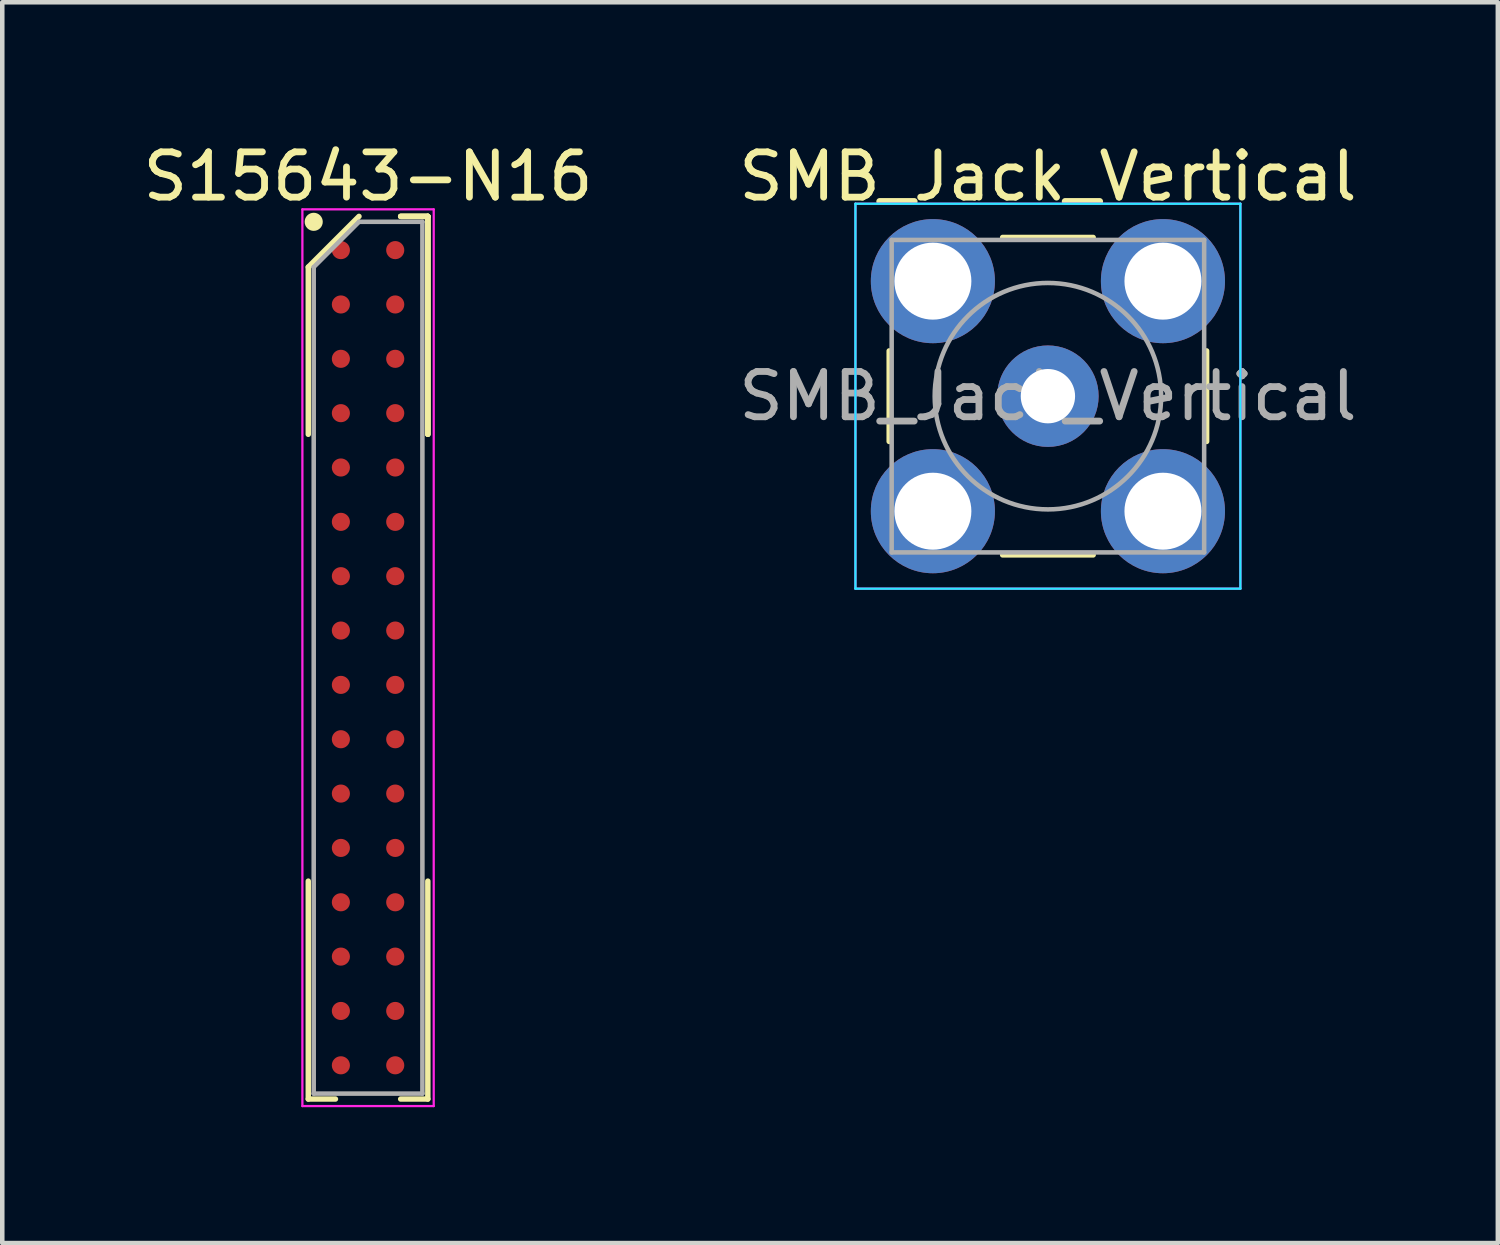
<source format=kicad_pcb>
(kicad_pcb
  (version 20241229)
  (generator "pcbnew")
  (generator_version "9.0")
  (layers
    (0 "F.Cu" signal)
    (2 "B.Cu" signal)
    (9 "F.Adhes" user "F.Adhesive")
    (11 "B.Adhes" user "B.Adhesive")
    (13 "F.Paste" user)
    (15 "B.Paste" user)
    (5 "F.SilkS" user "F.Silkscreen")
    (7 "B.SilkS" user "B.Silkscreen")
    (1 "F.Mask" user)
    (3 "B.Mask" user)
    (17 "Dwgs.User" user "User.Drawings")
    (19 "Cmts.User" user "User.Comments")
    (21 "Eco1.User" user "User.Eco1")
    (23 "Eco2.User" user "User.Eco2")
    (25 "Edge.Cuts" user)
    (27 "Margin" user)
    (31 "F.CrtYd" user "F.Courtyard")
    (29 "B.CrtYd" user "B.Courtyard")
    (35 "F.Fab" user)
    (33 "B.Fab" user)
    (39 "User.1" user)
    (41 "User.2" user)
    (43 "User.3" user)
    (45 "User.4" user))
  (footprint "S15643-N16"
    (layer "F.Cu")
    (at 5.077 11.473)
    (property "Reference" "S15643-N16" (at 0 -10.625 0) (layer "F.SilkS") (effects (font (size 1 1) (thickness 0.15))))
    (attr smd)
    (fp_line (start -1.32 -8.625) (end -1.32 -4.933) (stroke (width 0.12) (type solid)) (layer "F.SilkS"))
    (fp_line (start -1.32 9.745) (end -1.32 4.933) (stroke (width 0.12) (type solid)) (layer "F.SilkS"))
    (fp_line (start -0.72 9.745) (end -1.32 9.745) (stroke (width 0.12) (type solid)) (layer "F.SilkS"))
    (fp_line (start -0.2 -9.745) (end -1.32 -8.625) (stroke (width 0.12) (type solid)) (layer "F.SilkS"))
    (fp_line (start 0.72 -9.745) (end 1.32 -9.745) (stroke (width 0.12) (type solid)) (layer "F.SilkS"))
    (fp_line (start 0.72 -9.745) (end 1.32 -9.745) (stroke (width 0.12) (type solid)) (layer "F.SilkS"))
    (fp_line (start 0.72 -9.745) (end 1.32 -9.745) (stroke (width 0.12) (type solid)) (layer "F.SilkS"))
    (fp_line (start 0.72 9.745) (end 1.32 9.745) (stroke (width 0.12) (type solid)) (layer "F.SilkS"))
    (fp_line (start 1.32 -9.745) (end 1.32 -4.933) (stroke (width 0.12) (type solid)) (layer "F.SilkS"))
    (fp_line (start 1.32 -9.745) (end 1.32 -4.933) (stroke (width 0.12) (type solid)) (layer "F.SilkS"))
    (fp_line (start 1.32 -9.745) (end 1.32 -4.933) (stroke (width 0.12) (type solid)) (layer "F.SilkS"))
    (fp_line (start 1.32 9.745) (end 1.32 4.933) (stroke (width 0.12) (type solid)) (layer "F.SilkS"))
    (fp_circle (center -1.2 -9.625) (end -1.2 -9.525) (stroke (width 0.2) (type solid)) (fill no) (layer "F.SilkS"))
    (fp_line (start -1.45 -9.9) (end 1.45 -9.9) (stroke (width 0.05) (type solid)) (layer "F.CrtYd"))
    (fp_line (start -1.45 9.9) (end -1.45 -9.9) (stroke (width 0.05) (type solid)) (layer "F.CrtYd"))
    (fp_line (start 1.45 -9.9) (end 1.45 9.9) (stroke (width 0.05) (type solid)) (layer "F.CrtYd"))
    (fp_line (start 1.45 9.9) (end -1.45 9.9) (stroke (width 0.05) (type solid)) (layer "F.CrtYd"))
    (fp_line (start -1.2 -8.625) (end -1.2 9.625) (stroke (width 0.1) (type solid)) (layer "F.Fab"))
    (fp_line (start -1.2 9.625) (end 1.2 9.625) (stroke (width 0.1) (type solid)) (layer "F.Fab"))
    (fp_line (start -0.2 -9.625) (end -1.2 -8.625) (stroke (width 0.1) (type solid)) (layer "F.Fab"))
    (fp_line (start 1.2 -9.625) (end -0.2 -9.625) (stroke (width 0.1) (type solid)) (layer "F.Fab"))
    (fp_line (start 1.2 9.625) (end 1.2 -9.625) (stroke (width 0.1) (type solid)) (layer "F.Fab"))
    (pad "1" smd circle (at -0.6 -9) (size 0.4 0.4) (layers "F.Cu" "F.Mask" "F.Paste"))
    (pad "2" smd circle (at 0.6 -9) (size 0.4 0.4) (layers "F.Cu" "F.Mask" "F.Paste"))
    (pad "3" smd circle (at -0.6 -7.8) (size 0.4 0.4) (layers "F.Cu" "F.Mask" "F.Paste"))
    (pad "4" smd circle (at 0.6 -7.8) (size 0.4 0.4) (layers "F.Cu" "F.Mask" "F.Paste"))
    (pad "5" smd circle (at -0.6 -6.6) (size 0.4 0.4) (layers "F.Cu" "F.Mask" "F.Paste"))
    (pad "6" smd circle (at 0.6 -6.6) (size 0.4 0.4) (layers "F.Cu" "F.Mask" "F.Paste"))
    (pad "7" smd circle (at -0.6 -5.4) (size 0.4 0.4) (layers "F.Cu" "F.Mask" "F.Paste"))
    (pad "8" smd circle (at 0.6 -5.4) (size 0.4 0.4) (layers "F.Cu" "F.Mask" "F.Paste"))
    (pad "9" smd circle (at -0.6 -4.2) (size 0.4 0.4) (layers "F.Cu" "F.Mask" "F.Paste"))
    (pad "10" smd circle (at 0.6 -4.2) (size 0.4 0.4) (layers "F.Cu" "F.Mask" "F.Paste"))
    (pad "11" smd circle (at -0.6 -3) (size 0.4 0.4) (layers "F.Cu" "F.Mask" "F.Paste"))
    (pad "12" smd circle (at 0.6 -3) (size 0.4 0.4) (layers "F.Cu" "F.Mask" "F.Paste"))
    (pad "13" smd circle (at -0.6 -1.8) (size 0.4 0.4) (layers "F.Cu" "F.Mask" "F.Paste"))
    (pad "14" smd circle (at 0.6 -1.8) (size 0.4 0.4) (layers "F.Cu" "F.Mask" "F.Paste"))
    (pad "15" smd circle (at -0.6 -0.6) (size 0.4 0.4) (layers "F.Cu" "F.Mask" "F.Paste"))
    (pad "16" smd circle (at 0.6 -0.6) (size 0.4 0.4) (layers "F.Cu" "F.Mask" "F.Paste"))
    (pad "17" smd circle (at -0.6 0.6) (size 0.4 0.4) (layers "F.Cu" "F.Mask" "F.Paste"))
    (pad "18" smd circle (at 0.6 0.6) (size 0.4 0.4) (layers "F.Cu" "F.Mask" "F.Paste"))
    (pad "19" smd circle (at -0.6 1.8) (size 0.4 0.4) (layers "F.Cu" "F.Mask" "F.Paste"))
    (pad "20" smd circle (at 0.6 1.8) (size 0.4 0.4) (layers "F.Cu" "F.Mask" "F.Paste"))
    (pad "21" smd circle (at -0.6 3) (size 0.4 0.4) (layers "F.Cu" "F.Mask" "F.Paste"))
    (pad "22" smd circle (at 0.6 3) (size 0.4 0.4) (layers "F.Cu" "F.Mask" "F.Paste"))
    (pad "23" smd circle (at -0.6 4.2) (size 0.4 0.4) (layers "F.Cu" "F.Mask" "F.Paste"))
    (pad "24" smd circle (at 0.6 4.2) (size 0.4 0.4) (layers "F.Cu" "F.Mask" "F.Paste"))
    (pad "25" smd circle (at -0.6 5.4) (size 0.4 0.4) (layers "F.Cu" "F.Mask" "F.Paste"))
    (pad "26" smd circle (at 0.6 5.4) (size 0.4 0.4) (layers "F.Cu" "F.Mask" "F.Paste"))
    (pad "27" smd circle (at -0.6 6.6) (size 0.4 0.4) (layers "F.Cu" "F.Mask" "F.Paste"))
    (pad "28" smd circle (at 0.6 6.6) (size 0.4 0.4) (layers "F.Cu" "F.Mask" "F.Paste"))
    (pad "29" smd circle (at -0.6 7.8) (size 0.4 0.4) (layers "F.Cu" "F.Mask" "F.Paste"))
    (pad "30" smd circle (at 0.6 7.8) (size 0.4 0.4) (layers "F.Cu" "F.Mask" "F.Paste"))
    (pad "31" smd circle (at -0.6 9) (size 0.4 0.4) (layers "F.Cu" "F.Mask" "F.Paste"))
    (pad "32" smd circle (at 0.6 9) (size 0.4 0.4) (layers "F.Cu" "F.Mask" "F.Paste")))
  (footprint "SMB_Jack_Vertical"
    (layer "F.Cu")
    (at 20.089 5.698)
    (property "Reference" "SMB_Jack_Vertical" (at 0 -4.85 0) (layer "F.SilkS") (effects (font (size 1 1) (thickness 0.15))))
    (attr through_hole)
    (fp_line (start -3.505 1) (end -3.505 -1) (stroke (width 0.12) (type solid)) (layer "F.SilkS"))
    (fp_line (start -1 -3.505) (end 1 -3.505) (stroke (width 0.12) (type solid)) (layer "F.SilkS"))
    (fp_line (start 1 3.505) (end -1 3.505) (stroke (width 0.12) (type solid)) (layer "F.SilkS"))
    (fp_line (start 3.505 -1) (end 3.505 1) (stroke (width 0.12) (type solid)) (layer "F.SilkS"))
    (fp_line (start -4.25 -4.25) (end 4.25 -4.25) (stroke (width 0.05) (type solid)) (layer "B.CrtYd"))
    (fp_line (start -4.25 4.25) (end -4.25 -4.25) (stroke (width 0.05) (type solid)) (layer "B.CrtYd"))
    (fp_line (start 4.25 -4.25) (end 4.25 4.25) (stroke (width 0.05) (type solid)) (layer "B.CrtYd"))
    (fp_line (start 4.25 4.25) (end -4.25 4.25) (stroke (width 0.05) (type solid)) (layer "B.CrtYd"))
    (fp_line (start -4.25 -4.25) (end 4.25 -4.25) (stroke (width 0.05) (type solid)) (layer "F.CrtYd"))
    (fp_line (start -4.25 4.25) (end -4.25 -4.25) (stroke (width 0.05) (type solid)) (layer "F.CrtYd"))
    (fp_line (start 4.25 -4.25) (end 4.25 4.25) (stroke (width 0.05) (type solid)) (layer "F.CrtYd"))
    (fp_line (start 4.25 4.25) (end -4.25 4.25) (stroke (width 0.05) (type solid)) (layer "F.CrtYd"))
    (fp_line (start -3.45 -3.45) (end -3.45 3.45) (stroke (width 0.1) (type solid)) (layer "F.Fab"))
    (fp_line (start -3.45 3.45) (end 3.45 3.45) (stroke (width 0.1) (type solid)) (layer "F.Fab"))
    (fp_line (start 3.45 -3.45) (end -3.45 -3.45) (stroke (width 0.1) (type solid)) (layer "F.Fab"))
    (fp_line (start 3.45 3.45) (end 3.45 -3.45) (stroke (width 0.1) (type solid)) (layer "F.Fab"))
    (fp_circle (center 0 0) (end 2.5 0) (stroke (width 0.1) (type solid)) (fill no) (layer "F.Fab"))
    (fp_text user "${REFERENCE}" (at 0 0 0) (layer "F.Fab") (effects (font (size 1 1) (thickness 0.15))))
    (pad "1" thru_hole circle (at 0 0) (size 2.24 2.24) (drill 1.2) (layers "*.Cu" "*.Mask"))
    (pad "2" thru_hole circle (at -2.54 -2.54) (size 2.74 2.74) (drill 1.7) (layers "*.Cu" "*.Mask"))
    (pad "2" thru_hole circle (at -2.54 2.54) (size 2.74 2.74) (drill 1.7) (layers "*.Cu" "*.Mask"))
    (pad "2" thru_hole circle (at 2.54 -2.54) (size 2.74 2.74) (drill 1.7) (layers "*.Cu" "*.Mask"))
    (pad "2" thru_hole circle (at 2.54 2.54) (size 2.74 2.74) (drill 1.7) (layers "*.Cu" "*.Mask")))
  (gr_rect
    (start -3 -3)
    (end 30.024 24.398)
    (stroke (width 0.1) (type default))
    (fill no)
    (layer "Edge.Cuts")))
</source>
